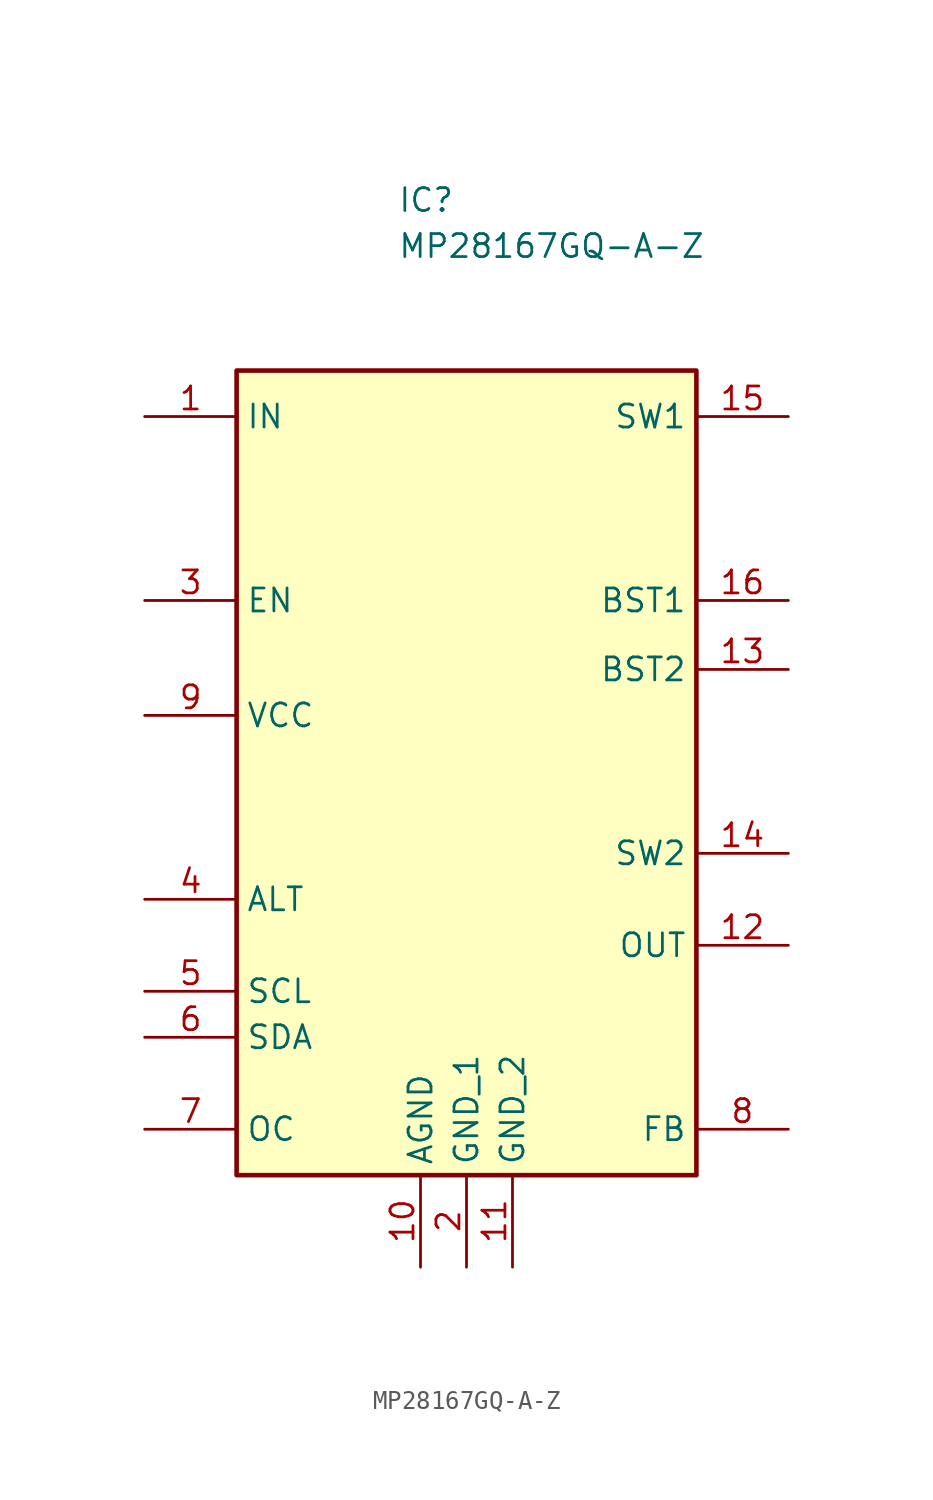
<source format=kicad_sym>
(kicad_symbol_lib
  (version 20220914)
  (generator kicad_symbol_editor)
  (symbol "MP28167GQ-A-Z"
    (property "Reference" "IC"
      (at 13.97 12.7 0)
      (effects (font (size 1.27 1.27)) (justify left top)))
    (property "Value" "MP28167GQ-A-Z"
      (at 13.97 10.16 0)
      (effects (font (size 1.27 1.27)) (justify left top)))
    (symbol "MP28167GQ-A-Z_1_1"
      (rectangle (start 5.08 2.54) (end 30.48 -41.91) (stroke (width 0.254) (type default)) (fill (type background)))
      (pin passive line (at 0 0 0) (length 5.08) (name "IN" (effects (font (size 1.27 1.27)))) (number "1" (effects (font (size 1.27 1.27)))))
      (pin passive line (at 15.24 -46.99 90) (length 5.08) (name "AGND" (effects (font (size 1.27 1.27)))) (number "10" (effects (font (size 1.27 1.27)))))
      (pin passive line (at 20.32 -46.99 90) (length 5.08) (name "GND_2" (effects (font (size 1.27 1.27)))) (number "11" (effects (font (size 1.27 1.27)))))
      (pin passive line (at 35.56 -29.21 180) (length 5.08) (name "OUT" (effects (font (size 1.27 1.27)))) (number "12" (effects (font (size 1.27 1.27)))))
      (pin passive line (at 35.56 -13.97 180) (length 5.08) (name "BST2" (effects (font (size 1.27 1.27)))) (number "13" (effects (font (size 1.27 1.27)))))
      (pin passive line (at 35.56 -24.13 180) (length 5.08) (name "SW2" (effects (font (size 1.27 1.27)))) (number "14" (effects (font (size 1.27 1.27)))))
      (pin passive line (at 35.56 0 180) (length 5.08) (name "SW1" (effects (font (size 1.27 1.27)))) (number "15" (effects (font (size 1.27 1.27)))))
      (pin passive line (at 35.56 -10.16 180) (length 5.08) (name "BST1" (effects (font (size 1.27 1.27)))) (number "16" (effects (font (size 1.27 1.27)))))
      (pin passive line (at 17.78 -46.99 90) (length 5.08) (name "GND_1" (effects (font (size 1.27 1.27)))) (number "2" (effects (font (size 1.27 1.27)))))
      (pin passive line (at 0 -10.16 0) (length 5.08) (name "EN" (effects (font (size 1.27 1.27)))) (number "3" (effects (font (size 1.27 1.27)))))
      (pin passive line (at 0 -26.67 0) (length 5.08) (name "ALT" (effects (font (size 1.27 1.27)))) (number "4" (effects (font (size 1.27 1.27)))))
      (pin passive line (at 0 -31.75 0) (length 5.08) (name "SCL" (effects (font (size 1.27 1.27)))) (number "5" (effects (font (size 1.27 1.27)))))
      (pin passive line (at 0 -34.29 0) (length 5.08) (name "SDA" (effects (font (size 1.27 1.27)))) (number "6" (effects (font (size 1.27 1.27)))))
      (pin passive line (at 0 -39.37 0) (length 5.08) (name "OC" (effects (font (size 1.27 1.27)))) (number "7" (effects (font (size 1.27 1.27)))))
      (pin passive line (at 35.56 -39.37 180) (length 5.08) (name "FB" (effects (font (size 1.27 1.27)))) (number "8" (effects (font (size 1.27 1.27)))))
      (pin passive line (at 0 -16.51 0) (length 5.08) (name "VCC" (effects (font (size 1.27 1.27)))) (number "9" (effects (font (size 1.27 1.27))))))))
</source>
